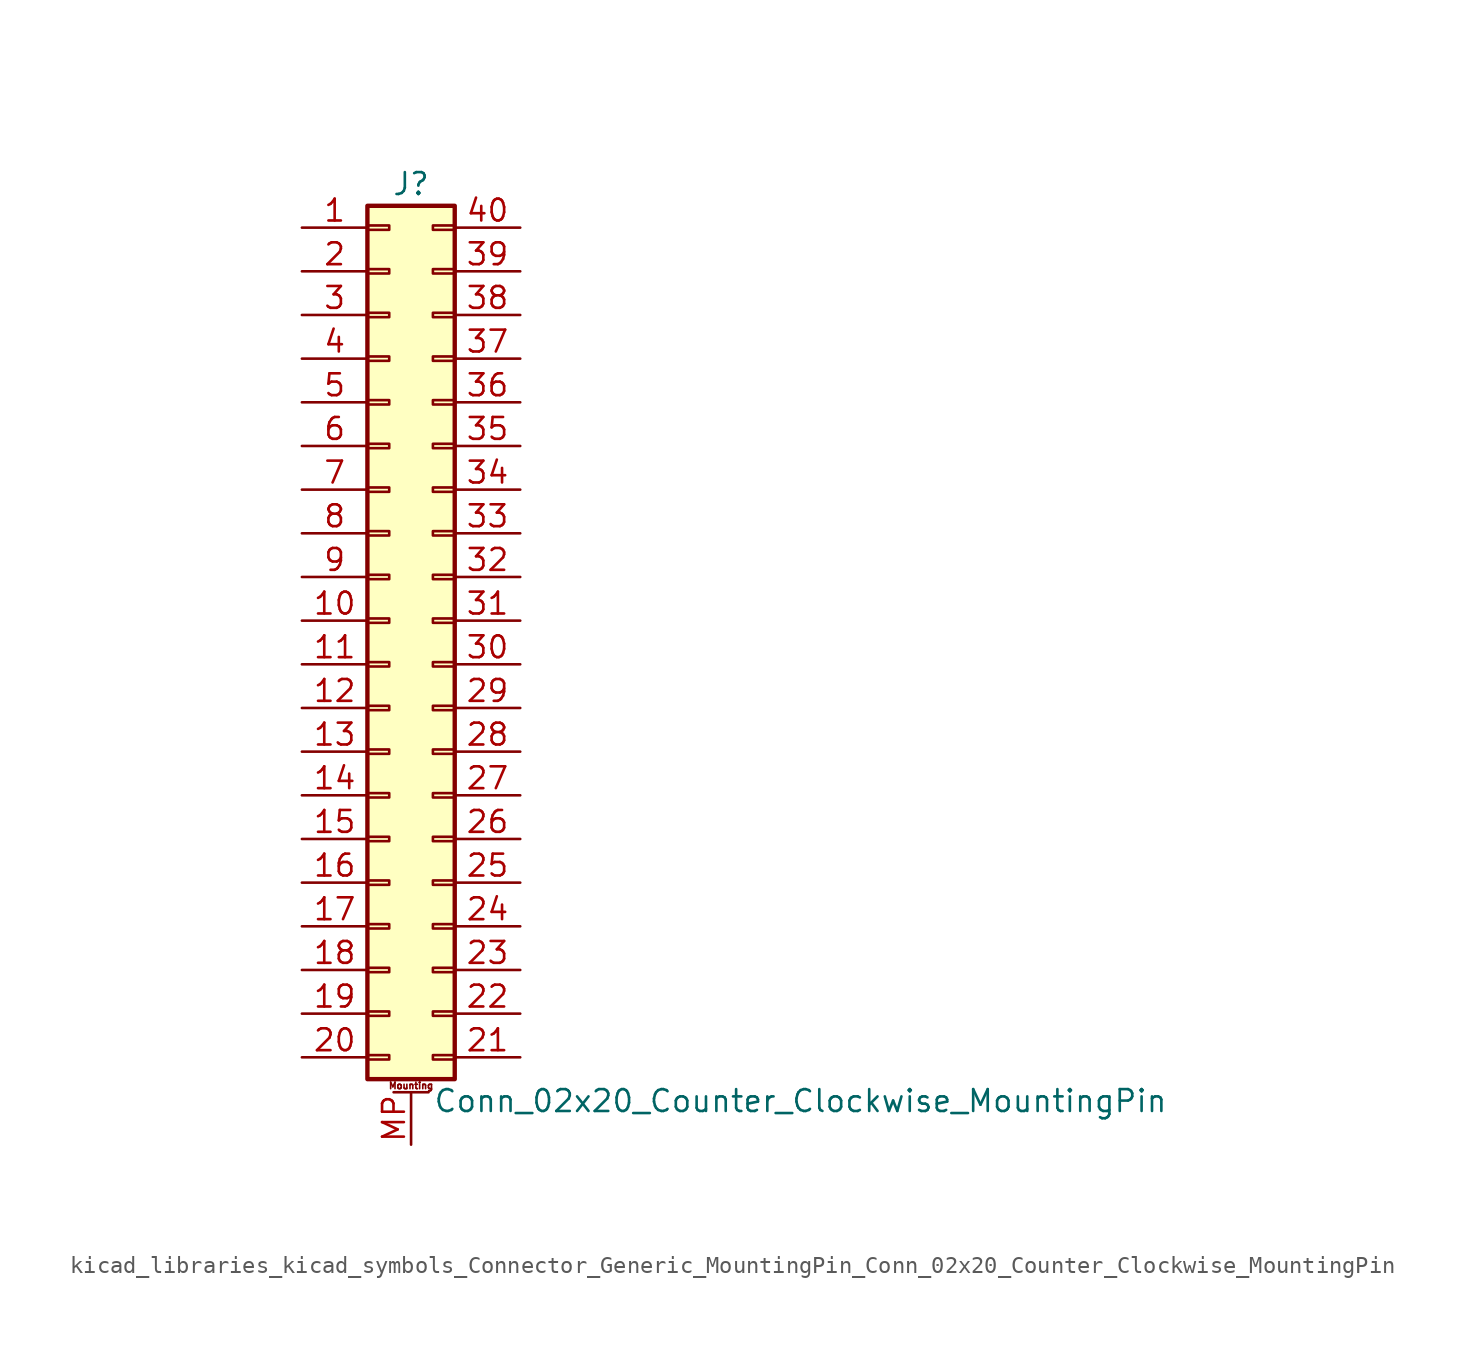
<source format=kicad_sym>
(kicad_symbol_lib
  (version 20220914)
  (generator kicad_symbol_editor)
  (symbol "kicad_libraries_kicad_symbols_Connector_Generic_MountingPin_Conn_02x20_Counter_Clockwise_MountingPin"
    (pin_names
      (offset 1.016) hide)
    (property "Reference" "J"
      (at 1.27 25.4 0)
      (effects (font (size 1.27 1.27))))
    (property "Value" "Conn_02x20_Counter_Clockwise_MountingPin"
      (at 2.54 -27.94 0)
      (effects (font (size 1.27 1.27)) (justify left)))
    (symbol "kicad_libraries_kicad_symbols_Connector_Generic_MountingPin_Conn_02x20_Counter_Clockwise_MountingPin_1_1"
      (rectangle (start -1.27 -25.273) (end 0 -25.527) (stroke (width 0.152) (type default)) (fill (type none)))
      (rectangle (start -1.27 -22.733) (end 0 -22.987) (stroke (width 0.152) (type default)) (fill (type none)))
      (rectangle (start -1.27 -20.193) (end 0 -20.447) (stroke (width 0.152) (type default)) (fill (type none)))
      (rectangle (start -1.27 -17.653) (end 0 -17.907) (stroke (width 0.152) (type default)) (fill (type none)))
      (rectangle (start -1.27 -15.113) (end 0 -15.367) (stroke (width 0.152) (type default)) (fill (type none)))
      (rectangle (start -1.27 -12.573) (end 0 -12.827) (stroke (width 0.152) (type default)) (fill (type none)))
      (rectangle (start -1.27 -10.033) (end 0 -10.287) (stroke (width 0.152) (type default)) (fill (type none)))
      (rectangle (start -1.27 -7.493) (end 0 -7.747) (stroke (width 0.152) (type default)) (fill (type none)))
      (rectangle (start -1.27 -4.953) (end 0 -5.207) (stroke (width 0.152) (type default)) (fill (type none)))
      (rectangle (start -1.27 -2.413) (end 0 -2.667) (stroke (width 0.152) (type default)) (fill (type none)))
      (rectangle (start -1.27 0.127) (end 0 -0.127) (stroke (width 0.152) (type default)) (fill (type none)))
      (rectangle (start -1.27 2.667) (end 0 2.413) (stroke (width 0.152) (type default)) (fill (type none)))
      (rectangle (start -1.27 5.207) (end 0 4.953) (stroke (width 0.152) (type default)) (fill (type none)))
      (rectangle (start -1.27 7.747) (end 0 7.493) (stroke (width 0.152) (type default)) (fill (type none)))
      (rectangle (start -1.27 10.287) (end 0 10.033) (stroke (width 0.152) (type default)) (fill (type none)))
      (rectangle (start -1.27 12.827) (end 0 12.573) (stroke (width 0.152) (type default)) (fill (type none)))
      (rectangle (start -1.27 15.367) (end 0 15.113) (stroke (width 0.152) (type default)) (fill (type none)))
      (rectangle (start -1.27 17.907) (end 0 17.653) (stroke (width 0.152) (type default)) (fill (type none)))
      (rectangle (start -1.27 20.447) (end 0 20.193) (stroke (width 0.152) (type default)) (fill (type none)))
      (rectangle (start -1.27 22.987) (end 0 22.733) (stroke (width 0.152) (type default)) (fill (type none)))
      (rectangle (start -1.27 24.13) (end 3.81 -26.67) (stroke (width 0.254) (type default)) (fill (type background)))
      (polyline (pts (xy 0.254 -27.432) (xy 2.286 -27.432)) (stroke (width 0.152) (type default)) (fill (type none)))
      (rectangle (start 3.81 -25.273) (end 2.54 -25.527) (stroke (width 0.152) (type default)) (fill (type none)))
      (rectangle (start 3.81 -22.733) (end 2.54 -22.987) (stroke (width 0.152) (type default)) (fill (type none)))
      (rectangle (start 3.81 -20.193) (end 2.54 -20.447) (stroke (width 0.152) (type default)) (fill (type none)))
      (rectangle (start 3.81 -17.653) (end 2.54 -17.907) (stroke (width 0.152) (type default)) (fill (type none)))
      (rectangle (start 3.81 -15.113) (end 2.54 -15.367) (stroke (width 0.152) (type default)) (fill (type none)))
      (rectangle (start 3.81 -12.573) (end 2.54 -12.827) (stroke (width 0.152) (type default)) (fill (type none)))
      (rectangle (start 3.81 -10.033) (end 2.54 -10.287) (stroke (width 0.152) (type default)) (fill (type none)))
      (rectangle (start 3.81 -7.493) (end 2.54 -7.747) (stroke (width 0.152) (type default)) (fill (type none)))
      (rectangle (start 3.81 -4.953) (end 2.54 -5.207) (stroke (width 0.152) (type default)) (fill (type none)))
      (rectangle (start 3.81 -2.413) (end 2.54 -2.667) (stroke (width 0.152) (type default)) (fill (type none)))
      (rectangle (start 3.81 0.127) (end 2.54 -0.127) (stroke (width 0.152) (type default)) (fill (type none)))
      (rectangle (start 3.81 2.667) (end 2.54 2.413) (stroke (width 0.152) (type default)) (fill (type none)))
      (rectangle (start 3.81 5.207) (end 2.54 4.953) (stroke (width 0.152) (type default)) (fill (type none)))
      (rectangle (start 3.81 7.747) (end 2.54 7.493) (stroke (width 0.152) (type default)) (fill (type none)))
      (rectangle (start 3.81 10.287) (end 2.54 10.033) (stroke (width 0.152) (type default)) (fill (type none)))
      (rectangle (start 3.81 12.827) (end 2.54 12.573) (stroke (width 0.152) (type default)) (fill (type none)))
      (rectangle (start 3.81 15.367) (end 2.54 15.113) (stroke (width 0.152) (type default)) (fill (type none)))
      (rectangle (start 3.81 17.907) (end 2.54 17.653) (stroke (width 0.152) (type default)) (fill (type none)))
      (rectangle (start 3.81 20.447) (end 2.54 20.193) (stroke (width 0.152) (type default)) (fill (type none)))
      (rectangle (start 3.81 22.987) (end 2.54 22.733) (stroke (width 0.152) (type default)) (fill (type none)))
      (text "Mounting" (at 1.27 -27.051 0) (effects (font (size 0.381 0.381))))
      (pin passive line (at -5.08 22.86 0) (length 3.81) (name "Pin_1" (effects (font (size 1.27 1.27)))) (number "1" (effects (font (size 1.27 1.27)))))
      (pin passive line (at -5.08 0 0) (length 3.81) (name "Pin_10" (effects (font (size 1.27 1.27)))) (number "10" (effects (font (size 1.27 1.27)))))
      (pin passive line (at -5.08 -2.54 0) (length 3.81) (name "Pin_11" (effects (font (size 1.27 1.27)))) (number "11" (effects (font (size 1.27 1.27)))))
      (pin passive line (at -5.08 -5.08 0) (length 3.81) (name "Pin_12" (effects (font (size 1.27 1.27)))) (number "12" (effects (font (size 1.27 1.27)))))
      (pin passive line (at -5.08 -7.62 0) (length 3.81) (name "Pin_13" (effects (font (size 1.27 1.27)))) (number "13" (effects (font (size 1.27 1.27)))))
      (pin passive line (at -5.08 -10.16 0) (length 3.81) (name "Pin_14" (effects (font (size 1.27 1.27)))) (number "14" (effects (font (size 1.27 1.27)))))
      (pin passive line (at -5.08 -12.7 0) (length 3.81) (name "Pin_15" (effects (font (size 1.27 1.27)))) (number "15" (effects (font (size 1.27 1.27)))))
      (pin passive line (at -5.08 -15.24 0) (length 3.81) (name "Pin_16" (effects (font (size 1.27 1.27)))) (number "16" (effects (font (size 1.27 1.27)))))
      (pin passive line (at -5.08 -17.78 0) (length 3.81) (name "Pin_17" (effects (font (size 1.27 1.27)))) (number "17" (effects (font (size 1.27 1.27)))))
      (pin passive line (at -5.08 -20.32 0) (length 3.81) (name "Pin_18" (effects (font (size 1.27 1.27)))) (number "18" (effects (font (size 1.27 1.27)))))
      (pin passive line (at -5.08 -22.86 0) (length 3.81) (name "Pin_19" (effects (font (size 1.27 1.27)))) (number "19" (effects (font (size 1.27 1.27)))))
      (pin passive line (at -5.08 20.32 0) (length 3.81) (name "Pin_2" (effects (font (size 1.27 1.27)))) (number "2" (effects (font (size 1.27 1.27)))))
      (pin passive line (at -5.08 -25.4 0) (length 3.81) (name "Pin_20" (effects (font (size 1.27 1.27)))) (number "20" (effects (font (size 1.27 1.27)))))
      (pin passive line (at 7.62 -25.4 180) (length 3.81) (name "Pin_21" (effects (font (size 1.27 1.27)))) (number "21" (effects (font (size 1.27 1.27)))))
      (pin passive line (at 7.62 -22.86 180) (length 3.81) (name "Pin_22" (effects (font (size 1.27 1.27)))) (number "22" (effects (font (size 1.27 1.27)))))
      (pin passive line (at 7.62 -20.32 180) (length 3.81) (name "Pin_23" (effects (font (size 1.27 1.27)))) (number "23" (effects (font (size 1.27 1.27)))))
      (pin passive line (at 7.62 -17.78 180) (length 3.81) (name "Pin_24" (effects (font (size 1.27 1.27)))) (number "24" (effects (font (size 1.27 1.27)))))
      (pin passive line (at 7.62 -15.24 180) (length 3.81) (name "Pin_25" (effects (font (size 1.27 1.27)))) (number "25" (effects (font (size 1.27 1.27)))))
      (pin passive line (at 7.62 -12.7 180) (length 3.81) (name "Pin_26" (effects (font (size 1.27 1.27)))) (number "26" (effects (font (size 1.27 1.27)))))
      (pin passive line (at 7.62 -10.16 180) (length 3.81) (name "Pin_27" (effects (font (size 1.27 1.27)))) (number "27" (effects (font (size 1.27 1.27)))))
      (pin passive line (at 7.62 -7.62 180) (length 3.81) (name "Pin_28" (effects (font (size 1.27 1.27)))) (number "28" (effects (font (size 1.27 1.27)))))
      (pin passive line (at 7.62 -5.08 180) (length 3.81) (name "Pin_29" (effects (font (size 1.27 1.27)))) (number "29" (effects (font (size 1.27 1.27)))))
      (pin passive line (at -5.08 17.78 0) (length 3.81) (name "Pin_3" (effects (font (size 1.27 1.27)))) (number "3" (effects (font (size 1.27 1.27)))))
      (pin passive line (at 7.62 -2.54 180) (length 3.81) (name "Pin_30" (effects (font (size 1.27 1.27)))) (number "30" (effects (font (size 1.27 1.27)))))
      (pin passive line (at 7.62 0 180) (length 3.81) (name "Pin_31" (effects (font (size 1.27 1.27)))) (number "31" (effects (font (size 1.27 1.27)))))
      (pin passive line (at 7.62 2.54 180) (length 3.81) (name "Pin_32" (effects (font (size 1.27 1.27)))) (number "32" (effects (font (size 1.27 1.27)))))
      (pin passive line (at 7.62 5.08 180) (length 3.81) (name "Pin_33" (effects (font (size 1.27 1.27)))) (number "33" (effects (font (size 1.27 1.27)))))
      (pin passive line (at 7.62 7.62 180) (length 3.81) (name "Pin_34" (effects (font (size 1.27 1.27)))) (number "34" (effects (font (size 1.27 1.27)))))
      (pin passive line (at 7.62 10.16 180) (length 3.81) (name "Pin_35" (effects (font (size 1.27 1.27)))) (number "35" (effects (font (size 1.27 1.27)))))
      (pin passive line (at 7.62 12.7 180) (length 3.81) (name "Pin_36" (effects (font (size 1.27 1.27)))) (number "36" (effects (font (size 1.27 1.27)))))
      (pin passive line (at 7.62 15.24 180) (length 3.81) (name "Pin_37" (effects (font (size 1.27 1.27)))) (number "37" (effects (font (size 1.27 1.27)))))
      (pin passive line (at 7.62 17.78 180) (length 3.81) (name "Pin_38" (effects (font (size 1.27 1.27)))) (number "38" (effects (font (size 1.27 1.27)))))
      (pin passive line (at 7.62 20.32 180) (length 3.81) (name "Pin_39" (effects (font (size 1.27 1.27)))) (number "39" (effects (font (size 1.27 1.27)))))
      (pin passive line (at -5.08 15.24 0) (length 3.81) (name "Pin_4" (effects (font (size 1.27 1.27)))) (number "4" (effects (font (size 1.27 1.27)))))
      (pin passive line (at 7.62 22.86 180) (length 3.81) (name "Pin_40" (effects (font (size 1.27 1.27)))) (number "40" (effects (font (size 1.27 1.27)))))
      (pin passive line (at -5.08 12.7 0) (length 3.81) (name "Pin_5" (effects (font (size 1.27 1.27)))) (number "5" (effects (font (size 1.27 1.27)))))
      (pin passive line (at -5.08 10.16 0) (length 3.81) (name "Pin_6" (effects (font (size 1.27 1.27)))) (number "6" (effects (font (size 1.27 1.27)))))
      (pin passive line (at -5.08 7.62 0) (length 3.81) (name "Pin_7" (effects (font (size 1.27 1.27)))) (number "7" (effects (font (size 1.27 1.27)))))
      (pin passive line (at -5.08 5.08 0) (length 3.81) (name "Pin_8" (effects (font (size 1.27 1.27)))) (number "8" (effects (font (size 1.27 1.27)))))
      (pin passive line (at -5.08 2.54 0) (length 3.81) (name "Pin_9" (effects (font (size 1.27 1.27)))) (number "9" (effects (font (size 1.27 1.27)))))
      (pin passive line (at 1.27 -30.48 90) (length 3.048) (name "MountPin" (effects (font (size 1.27 1.27)))) (number "MP" (effects (font (size 1.27 1.27))))))))
</source>
